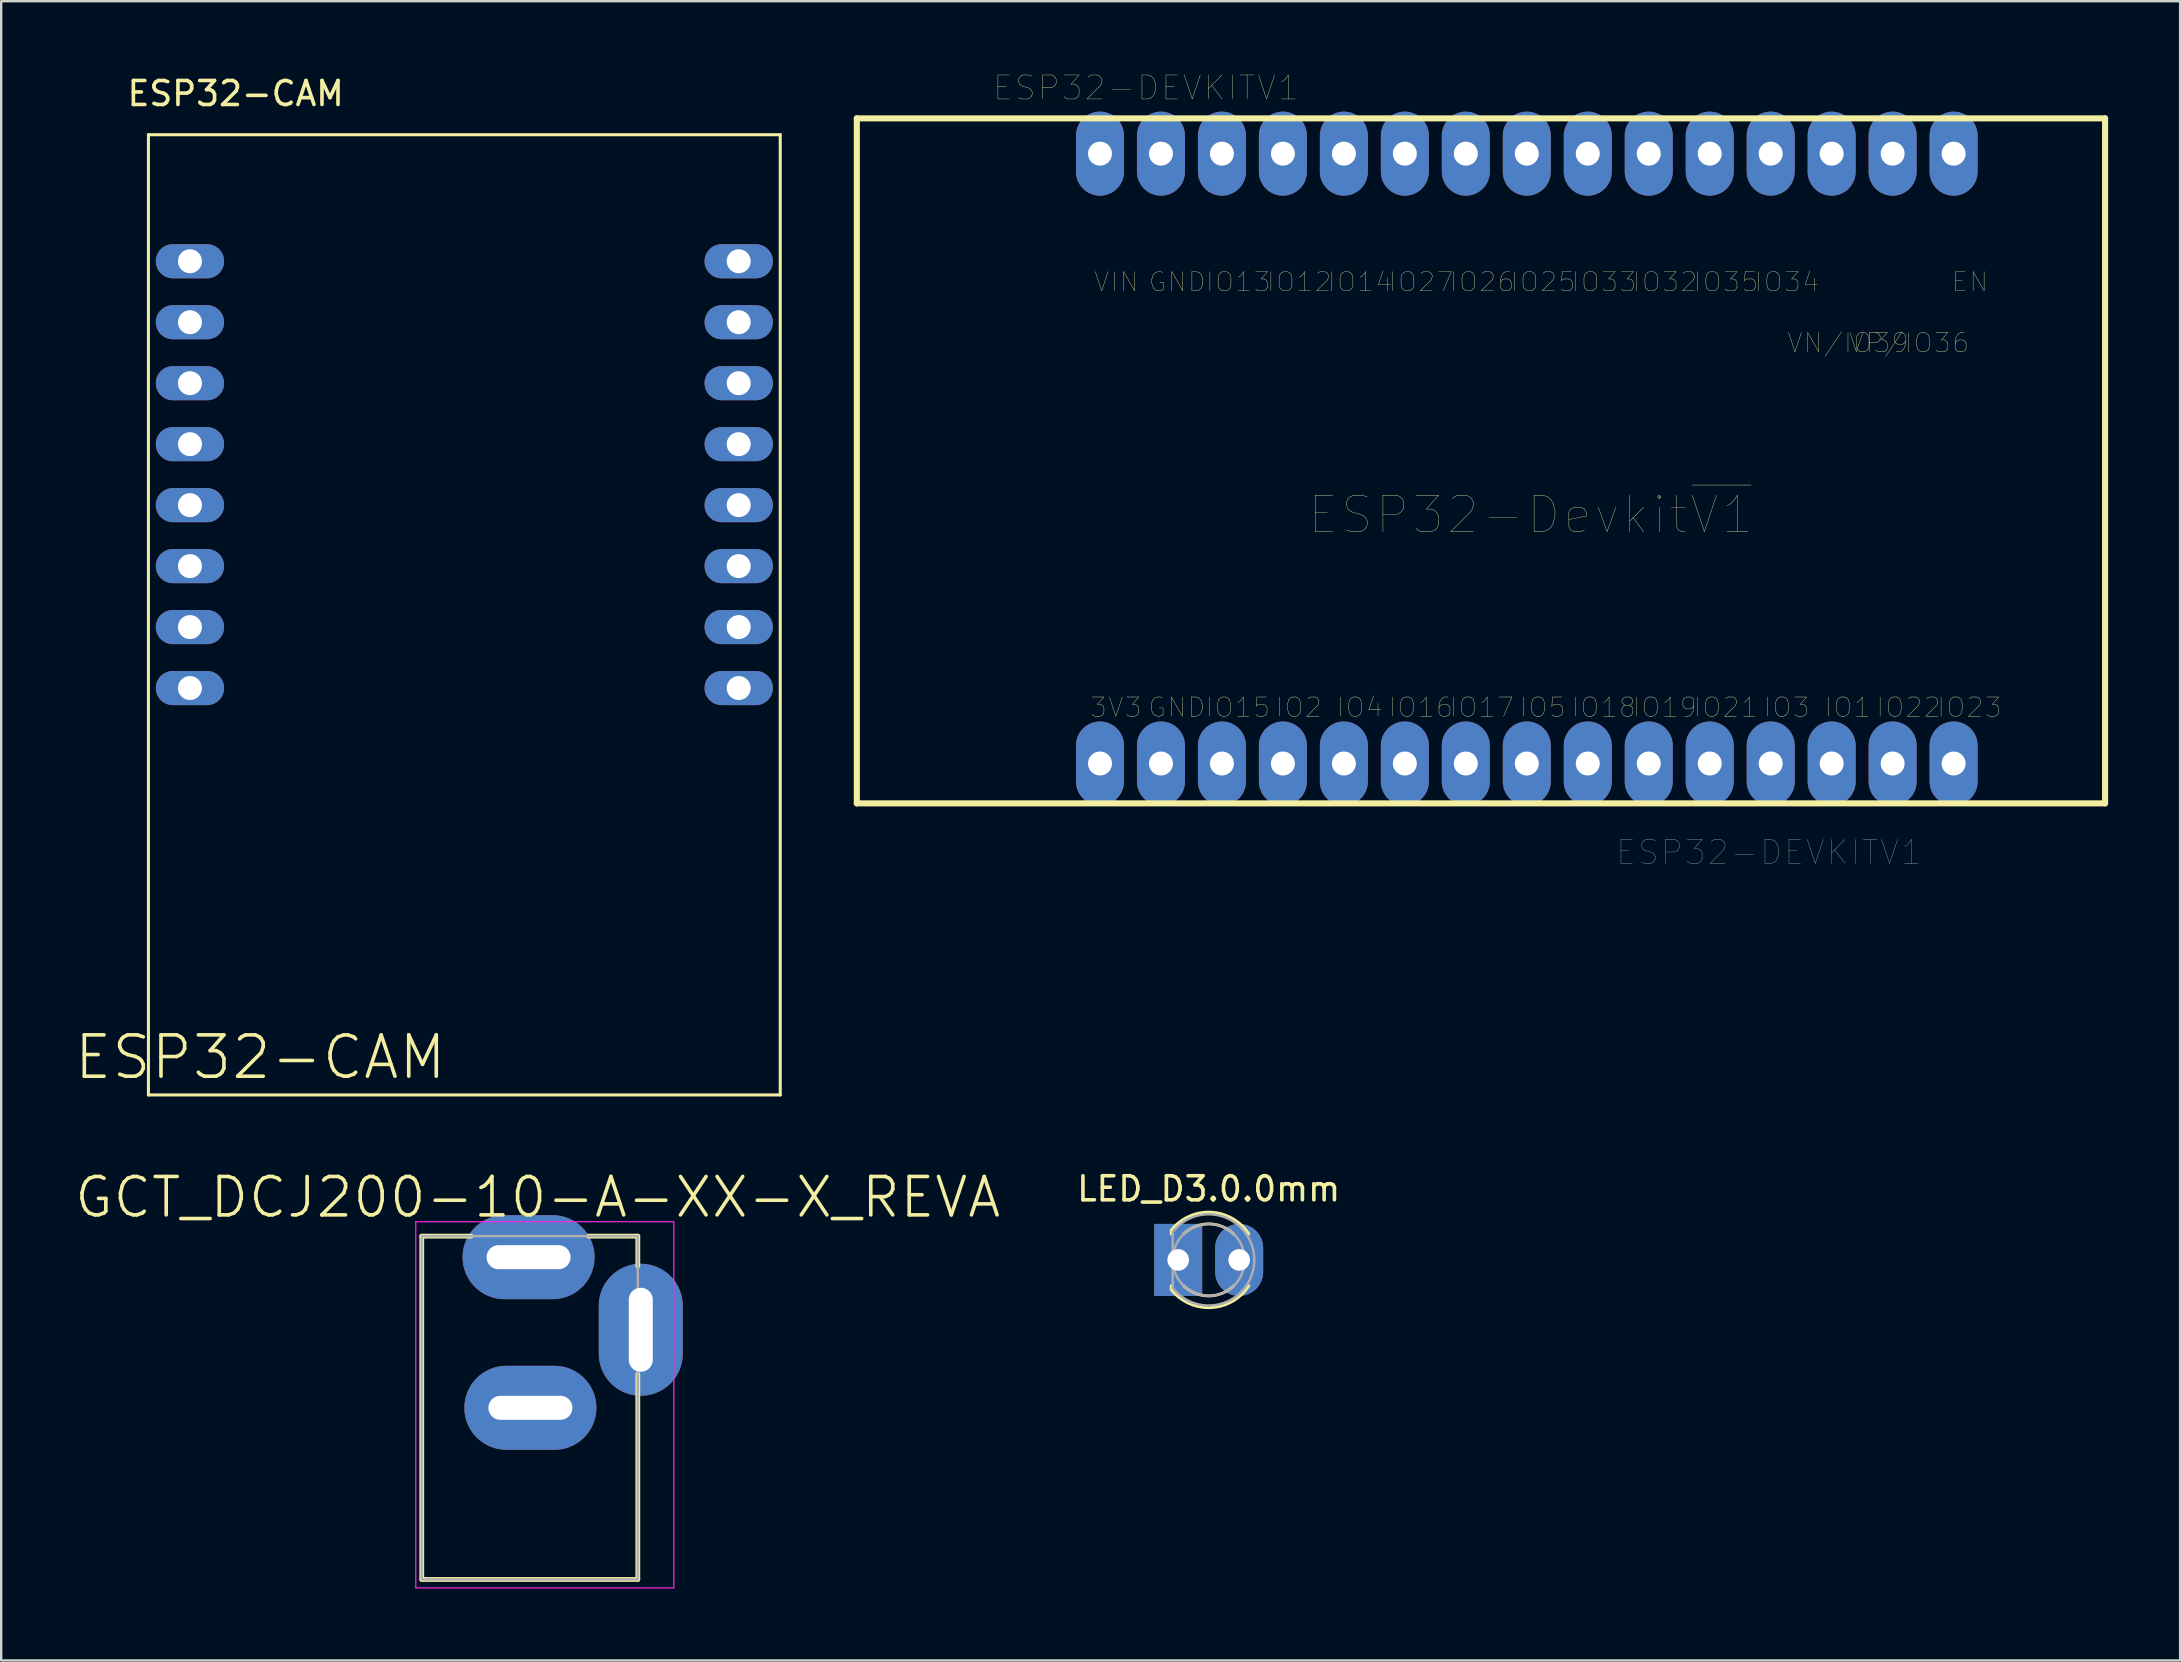
<source format=kicad_pcb>
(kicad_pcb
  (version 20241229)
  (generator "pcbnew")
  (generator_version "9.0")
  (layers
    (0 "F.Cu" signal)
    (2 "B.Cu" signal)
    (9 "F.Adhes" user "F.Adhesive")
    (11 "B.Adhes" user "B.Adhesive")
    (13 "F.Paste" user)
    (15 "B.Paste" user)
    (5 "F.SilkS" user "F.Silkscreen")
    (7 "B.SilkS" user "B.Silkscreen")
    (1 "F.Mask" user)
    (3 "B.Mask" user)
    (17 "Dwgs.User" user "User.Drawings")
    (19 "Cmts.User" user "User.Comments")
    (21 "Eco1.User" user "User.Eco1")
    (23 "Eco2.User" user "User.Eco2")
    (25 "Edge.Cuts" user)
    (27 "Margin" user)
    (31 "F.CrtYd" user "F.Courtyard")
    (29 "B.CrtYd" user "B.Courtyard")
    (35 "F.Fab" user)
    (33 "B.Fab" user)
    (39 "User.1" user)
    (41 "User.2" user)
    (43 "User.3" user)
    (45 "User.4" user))
  (footprint "LED_D3.0.0mm"
    (layer "F.Cu")
    (at 46.031 49.435)
    (property "Reference" "LED_D3.0.0mm" (at 1.27 -2.96 0) (layer "F.SilkS") (effects (font (size 1 1) (thickness 0.15))))
    (attr through_hole)
    (fp_line (start -0.29 -1.236) (end -0.29 -1.08) (stroke (width 0.12) (type solid)) (layer "F.SilkS"))
    (fp_line (start -0.29 1.08) (end -0.29 1.236) (stroke (width 0.12) (type solid)) (layer "F.SilkS"))
    (fp_arc (start -0.29 -1.235516) (mid 1.366487 -1.987659) (end 2.942335 -1.078608) (stroke (width 0.12) (type solid)) (layer "F.SilkS"))
    (fp_arc (start 0.229039 -1.08) (mid 1.270117 -1.5) (end 2.31113 -1.079837) (stroke (width 0.12) (type solid)) (layer "F.SilkS"))
    (fp_arc (start 2.31113 1.079837) (mid 1.270117 1.5) (end 0.229039 1.08) (stroke (width 0.12) (type solid)) (layer "F.SilkS"))
    (fp_arc (start 2.942335 1.078608) (mid 1.366487 1.987659) (end -0.29 1.235516) (stroke (width 0.12) (type solid)) (layer "F.SilkS"))
    (fp_line (start -0.23 -1.166) (end -0.23 1.166) (stroke (width 0.1) (type solid)) (layer "F.Fab"))
    (fp_arc (start -0.23 -1.16619) (mid 3.17 0.000452) (end -0.230555 1.165476) (stroke (width 0.1) (type solid)) (layer "F.Fab"))
    (fp_circle (center 1.27 0) (end 2.77 0) (stroke (width 0.1) (type solid)) (fill no) (layer "F.Fab"))
    (pad "1" thru_hole rect (at 0 0) (size 2 3) (drill 0.9) (layers "*.Cu" "*.Mask"))
    (pad "2" thru_hole oval (at 2.54 0) (size 2 3) (drill 0.9) (layers "*.Cu" "*.Mask")))
  (footprint "ESP32-CAM"
    (layer "F.Cu")
    (at 16.293 17.993)
    (property "Reference" "ESP32-CAM" (at -9.525 -17.145 0) (layer "F.SilkS") (effects (font (size 1 1) (thickness 0.15))))
    (attr through_hole)
    (fp_line (start -13.16 -15.43) (end 13.16 -15.43) (stroke (width 0.127) (type solid)) (layer "F.SilkS"))
    (fp_line (start -13.16 24.57) (end -13.16 -15.43) (stroke (width 0.127) (type solid)) (layer "F.SilkS"))
    (fp_line (start 13.16 -15.43) (end 13.16 24.57) (stroke (width 0.127) (type solid)) (layer "F.SilkS"))
    (fp_line (start 13.16 24.57) (end -13.16 24.57) (stroke (width 0.127) (type solid)) (layer "F.SilkS"))
    (fp_text user "ESP32-CAM" (at -8.5 23 0) (layer "F.SilkS") (effects (font (size 1.72 1.72) (thickness 0.15))))
    (pad "P$1" thru_hole oval (at -11.43 -10.16) (size 2.845 1.422) (drill 1) (layers "*.Cu" "*.Mask"))
    (pad "P$2" thru_hole oval (at -11.43 -7.62) (size 2.845 1.422) (drill 1) (layers "*.Cu" "*.Mask"))
    (pad "P$3" thru_hole oval (at -11.43 -5.08) (size 2.845 1.422) (drill 1) (layers "*.Cu" "*.Mask"))
    (pad "P$4" thru_hole oval (at -11.43 -2.54) (size 2.845 1.422) (drill 1) (layers "*.Cu" "*.Mask"))
    (pad "P$5" thru_hole oval (at -11.43 0) (size 2.845 1.422) (drill 1) (layers "*.Cu" "*.Mask"))
    (pad "P$6" thru_hole oval (at -11.43 2.54) (size 2.845 1.422) (drill 1) (layers "*.Cu" "*.Mask"))
    (pad "P$7" thru_hole oval (at -11.43 5.08) (size 2.845 1.422) (drill 1) (layers "*.Cu" "*.Mask"))
    (pad "P$8" thru_hole oval (at -11.43 7.62) (size 2.845 1.422) (drill 1) (layers "*.Cu" "*.Mask"))
    (pad "P$9" thru_hole oval (at 11.43 7.62) (size 2.845 1.422) (drill 1) (layers "*.Cu" "*.Mask"))
    (pad "P$10" thru_hole oval (at 11.43 5.08) (size 2.845 1.422) (drill 1) (layers "*.Cu" "*.Mask"))
    (pad "P$11" thru_hole oval (at 11.43 2.54) (size 2.845 1.422) (drill 1) (layers "*.Cu" "*.Mask"))
    (pad "P$12" thru_hole oval (at 11.43 0) (size 2.845 1.422) (drill 1) (layers "*.Cu" "*.Mask"))
    (pad "P$13" thru_hole oval (at 11.43 -2.54) (size 2.845 1.422) (drill 1) (layers "*.Cu" "*.Mask"))
    (pad "P$14" thru_hole oval (at 11.43 -5.08) (size 2.845 1.422) (drill 1) (layers "*.Cu" "*.Mask"))
    (pad "P$15" thru_hole oval (at 11.43 -7.62) (size 2.845 1.422) (drill 1) (layers "*.Cu" "*.Mask"))
    (pad "P$16" thru_hole oval (at 11.43 -10.16) (size 2.845 1.422) (drill 1) (layers "*.Cu" "*.Mask")))
  (footprint "ESP32-DEVKITV1"
    (layer "F.Cu")
    (at 59.293 16.486)
    (property "Reference" "ESP32-DEVKITV1" (at -14.605 -15.875 0) (layer "F.SilkS") (effects (font (size 1 1) (thickness 0.015))))
    (attr through_hole)
    (fp_line (start -26.65 -14.605) (end 25.35 -14.605) (stroke (width 0.254) (type solid)) (layer "F.SilkS"))
    (fp_line (start -26.65 13.93) (end -26.65 -14.605) (stroke (width 0.254) (type solid)) (layer "F.SilkS"))
    (fp_line (start 25.35 -14.605) (end 25.35 13.93) (stroke (width 0.254) (type solid)) (layer "F.SilkS"))
    (fp_line (start 25.35 13.93) (end -26.65 13.93) (stroke (width 0.254) (type solid)) (layer "F.SilkS"))
    (fp_text user "3V3" (at -15.86 9.93 0) (layer "F.SilkS") (effects (font (size 0.8 0.8) (thickness 0.015))))
    (fp_text user "GND" (at -13.3 -7.79 0) (layer "F.SilkS") (effects (font (size 0.8 0.8) (thickness 0.015))))
    (fp_text user "IO4" (at -5.7 9.93 0) (layer "F.SilkS") (effects (font (size 0.8 0.8) (thickness 0.015))))
    (fp_text user "IO35" (at 9.56 -7.79 0) (layer "F.SilkS") (effects (font (size 0.8 0.8) (thickness 0.015))))
    (fp_text user "IO14" (at -5.68 -7.79 0) (layer "F.SilkS") (effects (font (size 0.8 0.8) (thickness 0.015))))
    (fp_text user "IO32" (at 7.02 -7.79 0) (layer "F.SilkS") (effects (font (size 0.8 0.8) (thickness 0.015))))
    (fp_text user "IO21" (at 9.54 9.93 0) (layer "F.SilkS") (effects (font (size 0.8 0.8) (thickness 0.015))))
    (fp_text user "IO1" (at 14.62 9.93 0) (layer "F.SilkS") (effects (font (size 0.8 0.8) (thickness 0.015))))
    (fp_text user "IO22" (at 17.16 9.93 0) (layer "F.SilkS") (effects (font (size 0.8 0.8) (thickness 0.015))))
    (fp_text user "IO3" (at 12.08 9.93 0) (layer "F.SilkS") (effects (font (size 0.8 0.8) (thickness 0.015))))
    (fp_text user "IO23" (at 19.7 9.93 0) (layer "F.SilkS") (effects (font (size 0.8 0.8) (thickness 0.015))))
    (fp_text user "VP/IO36" (at 17.18 -5.25 0) (layer "F.SilkS") (effects (font (size 0.8 0.8) (thickness 0.015))))
    (fp_text user "IO25" (at 1.94 -7.79 0) (layer "F.SilkS") (effects (font (size 0.8 0.8) (thickness 0.015))))
    (fp_text user "IO16" (at -3.16 9.93 0) (layer "F.SilkS") (effects (font (size 0.8 0.8) (thickness 0.015))))
    (fp_text user "IO26" (at -0.6 -7.79 0) (layer "F.SilkS") (effects (font (size 0.8 0.8) (thickness 0.015))))
    (fp_text user "IO18" (at 4.46 9.93 0) (layer "F.SilkS") (effects (font (size 0.8 0.8) (thickness 0.015))))
    (fp_text user "IO12" (at -8.22 -7.79 0) (layer "F.SilkS") (effects (font (size 0.8 0.8) (thickness 0.015))))
    (fp_text user "GND" (at -13.32 9.93 0) (layer "F.SilkS") (effects (font (size 0.8 0.8) (thickness 0.015))))
    (fp_text user "IO27" (at -3.14 -7.79 0) (layer "F.SilkS") (effects (font (size 0.8 0.8) (thickness 0.015))))
    (fp_text user "IO2" (at -8.24 9.93 0) (layer "F.SilkS") (effects (font (size 0.8 0.8) (thickness 0.015))))
    (fp_text user "IO19" (at 7 9.93 0) (layer "F.SilkS") (effects (font (size 0.8 0.8) (thickness 0.015))))
    (fp_text user "IO33" (at 4.48 -7.79 0) (layer "F.SilkS") (effects (font (size 0.8 0.8) (thickness 0.015))))
    (fp_text user "IO15" (at -10.78 9.93 0) (layer "F.SilkS") (effects (font (size 0.8 0.8) (thickness 0.015))))
    (fp_text user "EN" (at 19.72 -7.79 0) (layer "F.SilkS") (effects (font (size 0.8 0.8) (thickness 0.015))))
    (fp_text user "VIN" (at -15.84 -7.79 0) (layer "F.SilkS") (effects (font (size 0.8 0.8) (thickness 0.015))))
    (fp_text user "ESP32-Devkit~{V1}" (at 1.42 1.91 0) (layer "F.SilkS") (effects (font (size 1.52 1.52) (thickness 0.015))))
    (fp_text user "VN/IO39" (at 14.64 -5.25 0) (layer "F.SilkS") (effects (font (size 0.8 0.8) (thickness 0.015))))
    (fp_text user "IO13" (at -10.76 -7.79 0) (layer "F.SilkS") (effects (font (size 0.8 0.8) (thickness 0.015))))
    (fp_text user "IO34" (at 12.1 -7.79 0) (layer "F.SilkS") (effects (font (size 0.8 0.8) (thickness 0.015))))
    (fp_text user "IO5" (at 1.92 9.93 0) (layer "F.SilkS") (effects (font (size 0.8 0.8) (thickness 0.015))))
    (fp_text user "IO17" (at -0.62 9.93 0) (layer "F.SilkS") (effects (font (size 0.8 0.8) (thickness 0.015))))
    (fp_text user "ESP32-DEVKITV1" (at 11.35 15.97 0) (layer "F.Fab") (effects (font (size 1 1) (thickness 0.015))))
    (pad "3V3" thru_hole oval (at -16.52 12.27) (size 2 3.5) (drill 1) (layers "*.Cu" "*.Mask"))
    (pad "D1" thru_hole oval (at 13.96 12.27) (size 2 3.5) (drill 1) (layers "*.Cu" "*.Mask"))
    (pad "D2" thru_hole oval (at -8.9 12.27) (size 2 3.5) (drill 1) (layers "*.Cu" "*.Mask"))
    (pad "D3" thru_hole oval (at 11.42 12.27) (size 2 3.5) (drill 1) (layers "*.Cu" "*.Mask"))
    (pad "D4" thru_hole oval (at -6.36 12.27) (size 2 3.5) (drill 1) (layers "*.Cu" "*.Mask"))
    (pad "D5" thru_hole oval (at 1.26 12.27) (size 2 3.5) (drill 1) (layers "*.Cu" "*.Mask"))
    (pad "D12" thru_hole oval (at -8.9 -13.135) (size 2 3.5) (drill 1) (layers "*.Cu" "*.Mask"))
    (pad "D13" thru_hole oval (at -11.44 -13.135) (size 2 3.5) (drill 1) (layers "*.Cu" "*.Mask"))
    (pad "D14" thru_hole oval (at -6.36 -13.135) (size 2 3.5) (drill 1) (layers "*.Cu" "*.Mask"))
    (pad "D15" thru_hole oval (at -11.44 12.27) (size 2 3.5) (drill 1) (layers "*.Cu" "*.Mask"))
    (pad "D16" thru_hole oval (at -3.82 12.27) (size 2 3.5) (drill 1) (layers "*.Cu" "*.Mask"))
    (pad "D17" thru_hole oval (at -1.28 12.27) (size 2 3.5) (drill 1) (layers "*.Cu" "*.Mask"))
    (pad "D18" thru_hole oval (at 3.8 12.27) (size 2 3.5) (drill 1) (layers "*.Cu" "*.Mask"))
    (pad "D19" thru_hole oval (at 6.34 12.27) (size 2 3.5) (drill 1) (layers "*.Cu" "*.Mask"))
    (pad "D21" thru_hole oval (at 8.88 12.27) (size 2 3.5) (drill 1) (layers "*.Cu" "*.Mask"))
    (pad "D22" thru_hole oval (at 16.5 12.27) (size 2 3.5) (drill 1) (layers "*.Cu" "*.Mask"))
    (pad "D23" thru_hole oval (at 19.04 12.27) (size 2 3.5) (drill 1) (layers "*.Cu" "*.Mask"))
    (pad "D25" thru_hole oval (at 1.26 -13.135) (size 2 3.5) (drill 1) (layers "*.Cu" "*.Mask"))
    (pad "D26" thru_hole oval (at -1.28 -13.135) (size 2 3.5) (drill 1) (layers "*.Cu" "*.Mask"))
    (pad "D27" thru_hole oval (at -3.82 -13.135) (size 2 3.5) (drill 1) (layers "*.Cu" "*.Mask"))
    (pad "D32" thru_hole oval (at 6.34 -13.135) (size 2 3.5) (drill 1) (layers "*.Cu" "*.Mask"))
    (pad "D33" thru_hole oval (at 3.8 -13.135) (size 2 3.5) (drill 1) (layers "*.Cu" "*.Mask"))
    (pad "D34" thru_hole oval (at 11.42 -13.135) (size 2 3.5) (drill 1) (layers "*.Cu" "*.Mask"))
    (pad "D35" thru_hole oval (at 8.88 -13.135) (size 2 3.5) (drill 1) (layers "*.Cu" "*.Mask"))
    (pad "D36" thru_hole oval (at 16.5 -13.135) (size 2 3.5) (drill 1) (layers "*.Cu" "*.Mask"))
    (pad "D39" thru_hole oval (at 13.96 -13.135) (size 2 3.5) (drill 1) (layers "*.Cu" "*.Mask"))
    (pad "EN" thru_hole oval (at 19.04 -13.135) (size 2 3.5) (drill 1) (layers "*.Cu" "*.Mask"))
    (pad "GND@1" thru_hole oval (at -13.98 -13.135) (size 2 3.5) (drill 1) (layers "*.Cu" "*.Mask"))
    (pad "GND@2" thru_hole oval (at -13.98 12.27) (size 2 3.5) (drill 1) (layers "*.Cu" "*.Mask"))
    (pad "VIN" thru_hole oval (at -16.52 -13.135) (size 2 3.5) (drill 1) (layers "*.Cu" "*.Mask")))
  (footprint "GCT_DCJ200-10-A-XX-X_REVA"
    (layer "F.Cu")
    (at 19.02 55.596)
    (property "Reference" "GCT_DCJ200-10-A-XX-X_REVA" (at 0.33 -8.77 0) (layer "F.SilkS") (effects (font (size 1.601 1.601) (thickness 0.15))))
    (attr through_hole)
    (fp_line (start -4.5 -7.15) (end -4.5 7.15) (stroke (width 0.2) (type solid)) (layer "F.SilkS"))
    (fp_line (start -4.5 7.15) (end 4.5 7.15) (stroke (width 0.2) (type solid)) (layer "F.SilkS"))
    (fp_line (start -2.45 -7.15) (end -4.5 -7.15) (stroke (width 0.2) (type solid)) (layer "F.SilkS"))
    (fp_line (start 2.45 -7.15) (end 4.5 -7.15) (stroke (width 0.2) (type solid)) (layer "F.SilkS"))
    (fp_line (start 4.5 -7.15) (end 4.5 -5.9) (stroke (width 0.2) (type solid)) (layer "F.SilkS"))
    (fp_line (start 4.5 7.15) (end 4.5 -1.4) (stroke (width 0.2) (type solid)) (layer "F.SilkS"))
    (fp_line (start -4.75 -7.75) (end 6 -7.75) (stroke (width 0.05) (type solid)) (layer "F.CrtYd"))
    (fp_line (start -4.75 7.5) (end -4.75 -7.75) (stroke (width 0.05) (type solid)) (layer "F.CrtYd"))
    (fp_line (start 6 -7.75) (end 6 7.5) (stroke (width 0.05) (type solid)) (layer "F.CrtYd"))
    (fp_line (start 6 7.5) (end -4.75 7.5) (stroke (width 0.05) (type solid)) (layer "F.CrtYd"))
    (fp_line (start -4.5 -7.15) (end 4.5 -7.15) (stroke (width 0.1) (type solid)) (layer "F.Fab"))
    (fp_line (start -4.5 7.15) (end -4.5 -7.15) (stroke (width 0.1) (type solid)) (layer "F.Fab"))
    (fp_line (start -4.5 7.15) (end 4.5 7.15) (stroke (width 0.1) (type solid)) (layer "F.Fab"))
    (fp_line (start 4.5 7.15) (end 4.5 -7.15) (stroke (width 0.1) (type solid)) (layer "F.Fab"))
    (pad "1" thru_hole oval (at -0.051 -6.274) (size 5.5 3.5) (drill oval 3.5 1) (layers "*.Cu" "*.Mask"))
    (pad "2" thru_hole oval (at 0.025 0) (size 5.5 3.5) (drill oval 3.5 1) (layers "*.Cu" "*.Mask"))
    (pad "3" thru_hole oval (at 4.623 -3.251 90) (size 5.5 3.5) (drill oval 3.5 1) (layers "*.Cu" "*.Mask")))
  (gr_rect
    (start -3 -3)
    (end 87.77 66.121)
    (stroke (width 0.1) (type default))
    (fill no)
    (layer "Edge.Cuts")))
</source>
